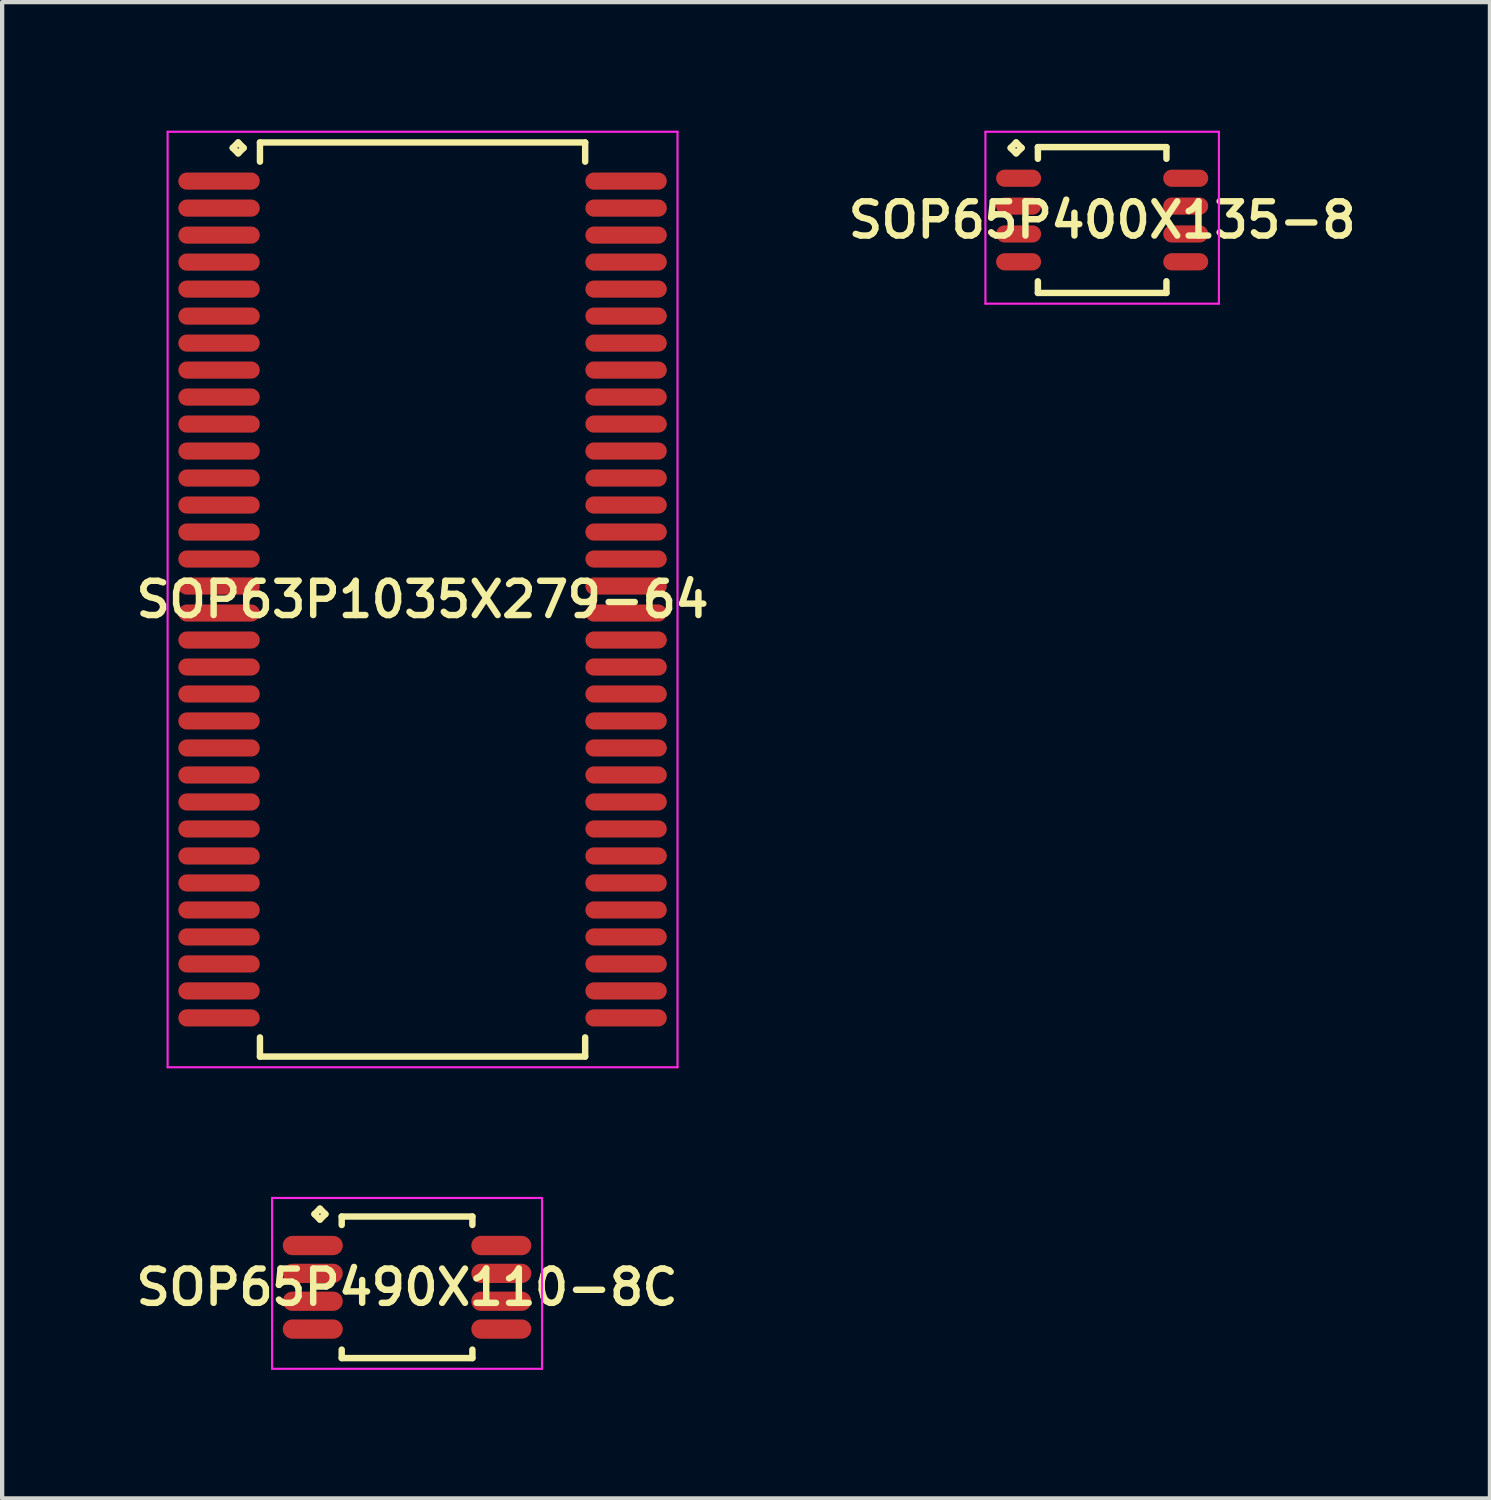
<source format=kicad_pcb>
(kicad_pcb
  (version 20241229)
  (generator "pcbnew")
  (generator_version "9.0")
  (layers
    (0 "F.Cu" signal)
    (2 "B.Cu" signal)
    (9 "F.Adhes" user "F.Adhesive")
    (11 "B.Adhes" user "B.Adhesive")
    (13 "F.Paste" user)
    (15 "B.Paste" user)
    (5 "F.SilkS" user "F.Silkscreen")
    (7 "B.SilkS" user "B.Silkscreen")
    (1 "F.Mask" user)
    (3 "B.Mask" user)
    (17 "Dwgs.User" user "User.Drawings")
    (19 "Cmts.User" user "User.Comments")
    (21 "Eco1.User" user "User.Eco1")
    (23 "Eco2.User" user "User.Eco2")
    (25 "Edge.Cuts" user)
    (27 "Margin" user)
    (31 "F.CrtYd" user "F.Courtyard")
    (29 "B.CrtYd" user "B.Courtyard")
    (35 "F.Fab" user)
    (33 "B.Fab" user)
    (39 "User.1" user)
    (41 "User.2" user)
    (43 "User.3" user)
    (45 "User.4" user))
  (footprint "SOP65P400X135-8"
    (layer "F.Cu")
    (at 22.673 2.085)
    (property "Reference" "SOP65P400X135-8" (at 0 0 0) (layer "F.SilkS") (effects (font (size 0.8 0.8) (thickness 0.15))))
    (attr smd)
    (fp_line (start -2.135 -1.683) (end -2.008 -1.81) (stroke (width 0.15) (type solid)) (layer "F.SilkS"))
    (fp_line (start -2.008 -1.81) (end -1.881 -1.683) (stroke (width 0.15) (type solid)) (layer "F.SilkS"))
    (fp_line (start -2.008 -1.556) (end -2.135 -1.683) (stroke (width 0.15) (type solid)) (layer "F.SilkS"))
    (fp_line (start -1.881 -1.683) (end -2.008 -1.556) (stroke (width 0.15) (type solid)) (layer "F.SilkS"))
    (fp_line (start -1.5 -1.702) (end 1.5 -1.702) (stroke (width 0.15) (type solid)) (layer "F.SilkS"))
    (fp_line (start -1.5 -1.429) (end -1.5 -1.702) (stroke (width 0.15) (type solid)) (layer "F.SilkS"))
    (fp_line (start -1.5 1.429) (end -1.5 1.702) (stroke (width 0.15) (type solid)) (layer "F.SilkS"))
    (fp_line (start -1.5 1.702) (end 1.5 1.702) (stroke (width 0.15) (type solid)) (layer "F.SilkS"))
    (fp_line (start 1.5 -1.702) (end 1.5 -1.429) (stroke (width 0.15) (type solid)) (layer "F.SilkS"))
    (fp_line (start 1.5 1.702) (end 1.5 1.429) (stroke (width 0.15) (type solid)) (layer "F.SilkS"))
    (fp_line (start -2.725 -2.06) (end 2.725 -2.06) (stroke (width 0.05) (type solid)) (layer "F.CrtYd"))
    (fp_line (start -2.725 1.952) (end -2.725 -2.06) (stroke (width 0.05) (type solid)) (layer "F.CrtYd"))
    (fp_line (start 2.725 -2.06) (end 2.725 1.952) (stroke (width 0.05) (type solid)) (layer "F.CrtYd"))
    (fp_line (start 2.725 1.952) (end -2.725 1.952) (stroke (width 0.05) (type solid)) (layer "F.CrtYd"))
    (pad "1" smd oval (at -1.95 -0.975) (size 1.05 0.4) (layers "F.Cu" "F.Mask" "F.Paste"))
    (pad "2" smd oval (at -1.95 -0.325) (size 1.05 0.4) (layers "F.Cu" "F.Mask" "F.Paste"))
    (pad "3" smd oval (at -1.95 0.325) (size 1.05 0.4) (layers "F.Cu" "F.Mask" "F.Paste"))
    (pad "4" smd oval (at -1.95 0.975) (size 1.05 0.4) (layers "F.Cu" "F.Mask" "F.Paste"))
    (pad "5" smd oval (at 1.95 0.975) (size 1.05 0.4) (layers "F.Cu" "F.Mask" "F.Paste"))
    (pad "6" smd oval (at 1.95 0.325) (size 1.05 0.4) (layers "F.Cu" "F.Mask" "F.Paste"))
    (pad "7" smd oval (at 1.95 -0.325) (size 1.05 0.4) (layers "F.Cu" "F.Mask" "F.Paste"))
    (pad "8" smd oval (at 1.95 -0.975) (size 1.05 0.4) (layers "F.Cu" "F.Mask" "F.Paste")))
  (footprint "SOP65P490X110-8C"
    (layer "F.Cu")
    (at 6.45 26.994)
    (property "Reference" "SOP65P490X110-8C" (at 0 0 0) (layer "F.SilkS") (effects (font (size 0.8 0.8) (thickness 0.15))))
    (attr smd)
    (fp_line (start -2.16 -1.708) (end -2.033 -1.835) (stroke (width 0.15) (type solid)) (layer "F.SilkS"))
    (fp_line (start -2.033 -1.835) (end -1.906 -1.708) (stroke (width 0.15) (type solid)) (layer "F.SilkS"))
    (fp_line (start -2.033 -1.581) (end -2.16 -1.708) (stroke (width 0.15) (type solid)) (layer "F.SilkS"))
    (fp_line (start -1.906 -1.708) (end -2.033 -1.581) (stroke (width 0.15) (type solid)) (layer "F.SilkS"))
    (fp_line (start -1.525 -1.652) (end 1.525 -1.652) (stroke (width 0.15) (type solid)) (layer "F.SilkS"))
    (fp_line (start -1.525 -1.454) (end -1.525 -1.652) (stroke (width 0.15) (type solid)) (layer "F.SilkS"))
    (fp_line (start -1.525 1.454) (end -1.525 1.652) (stroke (width 0.15) (type solid)) (layer "F.SilkS"))
    (fp_line (start -1.525 1.652) (end 1.525 1.652) (stroke (width 0.15) (type solid)) (layer "F.SilkS"))
    (fp_line (start 1.525 -1.652) (end 1.525 -1.454) (stroke (width 0.15) (type solid)) (layer "F.SilkS"))
    (fp_line (start 1.525 1.652) (end 1.525 1.454) (stroke (width 0.15) (type solid)) (layer "F.SilkS"))
    (fp_line (start -3.15 -2.085) (end 3.15 -2.085) (stroke (width 0.05) (type solid)) (layer "F.CrtYd"))
    (fp_line (start -3.15 1.902) (end -3.15 -2.085) (stroke (width 0.05) (type solid)) (layer "F.CrtYd"))
    (fp_line (start 3.15 -2.085) (end 3.15 1.902) (stroke (width 0.05) (type solid)) (layer "F.CrtYd"))
    (fp_line (start 3.15 1.902) (end -3.15 1.902) (stroke (width 0.05) (type solid)) (layer "F.CrtYd"))
    (pad "1" smd oval (at -2.2 -0.975) (size 1.4 0.45) (layers "F.Cu" "F.Mask" "F.Paste"))
    (pad "2" smd oval (at -2.2 -0.325) (size 1.4 0.45) (layers "F.Cu" "F.Mask" "F.Paste"))
    (pad "3" smd oval (at -2.2 0.325) (size 1.4 0.45) (layers "F.Cu" "F.Mask" "F.Paste"))
    (pad "4" smd oval (at -2.2 0.975) (size 1.4 0.45) (layers "F.Cu" "F.Mask" "F.Paste"))
    (pad "5" smd oval (at 2.2 0.975) (size 1.4 0.45) (layers "F.Cu" "F.Mask" "F.Paste"))
    (pad "6" smd oval (at 2.2 0.325) (size 1.4 0.45) (layers "F.Cu" "F.Mask" "F.Paste"))
    (pad "7" smd oval (at 2.2 -0.325) (size 1.4 0.45) (layers "F.Cu" "F.Mask" "F.Paste"))
    (pad "8" smd oval (at 2.2 -0.975) (size 1.4 0.45) (layers "F.Cu" "F.Mask" "F.Paste")))
  (footprint "SOP63P1035X279-64"
    (layer "F.Cu")
    (at 6.812 10.942)
    (property "Reference" "SOP63P1035X279-64" (at 0 0 0) (layer "F.SilkS") (effects (font (size 0.8 0.8) (thickness 0.15))))
    (attr smd)
    (fp_line (start -4.43 -10.54) (end -4.303 -10.667) (stroke (width 0.15) (type solid)) (layer "F.SilkS"))
    (fp_line (start -4.303 -10.667) (end -4.176 -10.54) (stroke (width 0.15) (type solid)) (layer "F.SilkS"))
    (fp_line (start -4.303 -10.413) (end -4.43 -10.54) (stroke (width 0.15) (type solid)) (layer "F.SilkS"))
    (fp_line (start -4.176 -10.54) (end -4.303 -10.413) (stroke (width 0.15) (type solid)) (layer "F.SilkS"))
    (fp_line (start -3.795 -10.667) (end 3.795 -10.667) (stroke (width 0.15) (type solid)) (layer "F.SilkS"))
    (fp_line (start -3.795 -10.219) (end -3.795 -10.667) (stroke (width 0.15) (type solid)) (layer "F.SilkS"))
    (fp_line (start -3.795 10.219) (end -3.795 10.667) (stroke (width 0.15) (type solid)) (layer "F.SilkS"))
    (fp_line (start -3.795 10.667) (end 3.795 10.667) (stroke (width 0.15) (type solid)) (layer "F.SilkS"))
    (fp_line (start 3.795 -10.667) (end 3.795 -10.219) (stroke (width 0.15) (type solid)) (layer "F.SilkS"))
    (fp_line (start 3.795 10.667) (end 3.795 10.219) (stroke (width 0.15) (type solid)) (layer "F.SilkS"))
    (fp_line (start -5.95 -10.917) (end 5.95 -10.917) (stroke (width 0.05) (type solid)) (layer "F.CrtYd"))
    (fp_line (start -5.95 10.917) (end -5.95 -10.917) (stroke (width 0.05) (type solid)) (layer "F.CrtYd"))
    (fp_line (start 5.95 -10.917) (end 5.95 10.917) (stroke (width 0.05) (type solid)) (layer "F.CrtYd"))
    (fp_line (start 5.95 10.917) (end -5.95 10.917) (stroke (width 0.05) (type solid)) (layer "F.CrtYd"))
    (pad "1" smd oval (at -4.75 -9.765) (size 1.9 0.4) (layers "F.Cu" "F.Mask" "F.Paste"))
    (pad "2" smd oval (at -4.75 -9.135) (size 1.9 0.4) (layers "F.Cu" "F.Mask" "F.Paste"))
    (pad "3" smd oval (at -4.75 -8.505) (size 1.9 0.4) (layers "F.Cu" "F.Mask" "F.Paste"))
    (pad "4" smd oval (at -4.75 -7.875) (size 1.9 0.4) (layers "F.Cu" "F.Mask" "F.Paste"))
    (pad "5" smd oval (at -4.75 -7.245) (size 1.9 0.4) (layers "F.Cu" "F.Mask" "F.Paste"))
    (pad "6" smd oval (at -4.75 -6.615) (size 1.9 0.4) (layers "F.Cu" "F.Mask" "F.Paste"))
    (pad "7" smd oval (at -4.75 -5.985) (size 1.9 0.4) (layers "F.Cu" "F.Mask" "F.Paste"))
    (pad "8" smd oval (at -4.75 -5.355) (size 1.9 0.4) (layers "F.Cu" "F.Mask" "F.Paste"))
    (pad "9" smd oval (at -4.75 -4.725) (size 1.9 0.4) (layers "F.Cu" "F.Mask" "F.Paste"))
    (pad "10" smd oval (at -4.75 -4.095) (size 1.9 0.4) (layers "F.Cu" "F.Mask" "F.Paste"))
    (pad "11" smd oval (at -4.75 -3.465) (size 1.9 0.4) (layers "F.Cu" "F.Mask" "F.Paste"))
    (pad "12" smd oval (at -4.75 -2.835) (size 1.9 0.4) (layers "F.Cu" "F.Mask" "F.Paste"))
    (pad "13" smd oval (at -4.75 -2.205) (size 1.9 0.4) (layers "F.Cu" "F.Mask" "F.Paste"))
    (pad "14" smd oval (at -4.75 -1.575) (size 1.9 0.4) (layers "F.Cu" "F.Mask" "F.Paste"))
    (pad "15" smd oval (at -4.75 -0.945) (size 1.9 0.4) (layers "F.Cu" "F.Mask" "F.Paste"))
    (pad "16" smd oval (at -4.75 -0.315) (size 1.9 0.4) (layers "F.Cu" "F.Mask" "F.Paste"))
    (pad "17" smd oval (at -4.75 0.315) (size 1.9 0.4) (layers "F.Cu" "F.Mask" "F.Paste"))
    (pad "18" smd oval (at -4.75 0.945) (size 1.9 0.4) (layers "F.Cu" "F.Mask" "F.Paste"))
    (pad "19" smd oval (at -4.75 1.575) (size 1.9 0.4) (layers "F.Cu" "F.Mask" "F.Paste"))
    (pad "20" smd oval (at -4.75 2.205) (size 1.9 0.4) (layers "F.Cu" "F.Mask" "F.Paste"))
    (pad "21" smd oval (at -4.75 2.835) (size 1.9 0.4) (layers "F.Cu" "F.Mask" "F.Paste"))
    (pad "22" smd oval (at -4.75 3.465) (size 1.9 0.4) (layers "F.Cu" "F.Mask" "F.Paste"))
    (pad "23" smd oval (at -4.75 4.095) (size 1.9 0.4) (layers "F.Cu" "F.Mask" "F.Paste"))
    (pad "24" smd oval (at -4.75 4.725) (size 1.9 0.4) (layers "F.Cu" "F.Mask" "F.Paste"))
    (pad "25" smd oval (at -4.75 5.355) (size 1.9 0.4) (layers "F.Cu" "F.Mask" "F.Paste"))
    (pad "26" smd oval (at -4.75 5.985) (size 1.9 0.4) (layers "F.Cu" "F.Mask" "F.Paste"))
    (pad "27" smd oval (at -4.75 6.615) (size 1.9 0.4) (layers "F.Cu" "F.Mask" "F.Paste"))
    (pad "28" smd oval (at -4.75 7.245) (size 1.9 0.4) (layers "F.Cu" "F.Mask" "F.Paste"))
    (pad "29" smd oval (at -4.75 7.875) (size 1.9 0.4) (layers "F.Cu" "F.Mask" "F.Paste"))
    (pad "30" smd oval (at -4.75 8.505) (size 1.9 0.4) (layers "F.Cu" "F.Mask" "F.Paste"))
    (pad "31" smd oval (at -4.75 9.135) (size 1.9 0.4) (layers "F.Cu" "F.Mask" "F.Paste"))
    (pad "32" smd oval (at -4.75 9.765) (size 1.9 0.4) (layers "F.Cu" "F.Mask" "F.Paste"))
    (pad "33" smd oval (at 4.75 9.765) (size 1.9 0.4) (layers "F.Cu" "F.Mask" "F.Paste"))
    (pad "34" smd oval (at 4.75 9.135) (size 1.9 0.4) (layers "F.Cu" "F.Mask" "F.Paste"))
    (pad "35" smd oval (at 4.75 8.505) (size 1.9 0.4) (layers "F.Cu" "F.Mask" "F.Paste"))
    (pad "36" smd oval (at 4.75 7.875) (size 1.9 0.4) (layers "F.Cu" "F.Mask" "F.Paste"))
    (pad "37" smd oval (at 4.75 7.245) (size 1.9 0.4) (layers "F.Cu" "F.Mask" "F.Paste"))
    (pad "38" smd oval (at 4.75 6.615) (size 1.9 0.4) (layers "F.Cu" "F.Mask" "F.Paste"))
    (pad "39" smd oval (at 4.75 5.985) (size 1.9 0.4) (layers "F.Cu" "F.Mask" "F.Paste"))
    (pad "40" smd oval (at 4.75 5.355) (size 1.9 0.4) (layers "F.Cu" "F.Mask" "F.Paste"))
    (pad "41" smd oval (at 4.75 4.725) (size 1.9 0.4) (layers "F.Cu" "F.Mask" "F.Paste"))
    (pad "42" smd oval (at 4.75 4.095) (size 1.9 0.4) (layers "F.Cu" "F.Mask" "F.Paste"))
    (pad "43" smd oval (at 4.75 3.465) (size 1.9 0.4) (layers "F.Cu" "F.Mask" "F.Paste"))
    (pad "44" smd oval (at 4.75 2.835) (size 1.9 0.4) (layers "F.Cu" "F.Mask" "F.Paste"))
    (pad "45" smd oval (at 4.75 2.205) (size 1.9 0.4) (layers "F.Cu" "F.Mask" "F.Paste"))
    (pad "46" smd oval (at 4.75 1.575) (size 1.9 0.4) (layers "F.Cu" "F.Mask" "F.Paste"))
    (pad "47" smd oval (at 4.75 0.945) (size 1.9 0.4) (layers "F.Cu" "F.Mask" "F.Paste"))
    (pad "48" smd oval (at 4.75 0.315) (size 1.9 0.4) (layers "F.Cu" "F.Mask" "F.Paste"))
    (pad "49" smd oval (at 4.75 -0.315) (size 1.9 0.4) (layers "F.Cu" "F.Mask" "F.Paste"))
    (pad "50" smd oval (at 4.75 -0.945) (size 1.9 0.4) (layers "F.Cu" "F.Mask" "F.Paste"))
    (pad "51" smd oval (at 4.75 -1.575) (size 1.9 0.4) (layers "F.Cu" "F.Mask" "F.Paste"))
    (pad "52" smd oval (at 4.75 -2.205) (size 1.9 0.4) (layers "F.Cu" "F.Mask" "F.Paste"))
    (pad "53" smd oval (at 4.75 -2.835) (size 1.9 0.4) (layers "F.Cu" "F.Mask" "F.Paste"))
    (pad "54" smd oval (at 4.75 -3.465) (size 1.9 0.4) (layers "F.Cu" "F.Mask" "F.Paste"))
    (pad "55" smd oval (at 4.75 -4.095) (size 1.9 0.4) (layers "F.Cu" "F.Mask" "F.Paste"))
    (pad "56" smd oval (at 4.75 -4.725) (size 1.9 0.4) (layers "F.Cu" "F.Mask" "F.Paste"))
    (pad "57" smd oval (at 4.75 -5.355) (size 1.9 0.4) (layers "F.Cu" "F.Mask" "F.Paste"))
    (pad "58" smd oval (at 4.75 -5.985) (size 1.9 0.4) (layers "F.Cu" "F.Mask" "F.Paste"))
    (pad "59" smd oval (at 4.75 -6.615) (size 1.9 0.4) (layers "F.Cu" "F.Mask" "F.Paste"))
    (pad "60" smd oval (at 4.75 -7.245) (size 1.9 0.4) (layers "F.Cu" "F.Mask" "F.Paste"))
    (pad "61" smd oval (at 4.75 -7.875) (size 1.9 0.4) (layers "F.Cu" "F.Mask" "F.Paste"))
    (pad "62" smd oval (at 4.75 -8.505) (size 1.9 0.4) (layers "F.Cu" "F.Mask" "F.Paste"))
    (pad "63" smd oval (at 4.75 -9.135) (size 1.9 0.4) (layers "F.Cu" "F.Mask" "F.Paste"))
    (pad "64" smd oval (at 4.75 -9.765) (size 1.9 0.4) (layers "F.Cu" "F.Mask" "F.Paste")))
  (gr_rect
    (start -3 -3)
    (end 31.723 31.921)
    (stroke (width 0.1) (type default))
    (fill no)
    (layer "Edge.Cuts")))
</source>
